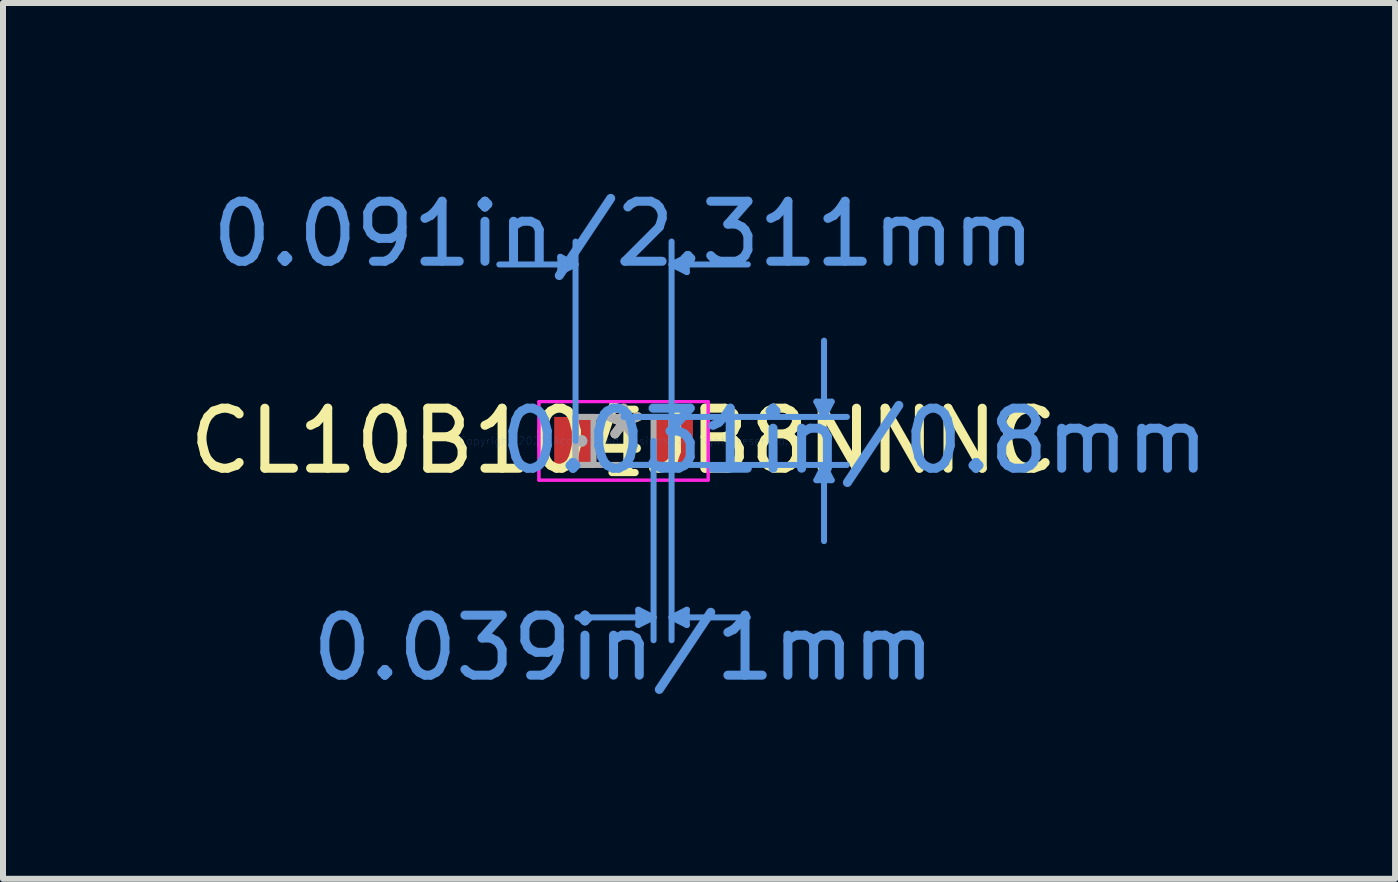
<source format=kicad_pcb>
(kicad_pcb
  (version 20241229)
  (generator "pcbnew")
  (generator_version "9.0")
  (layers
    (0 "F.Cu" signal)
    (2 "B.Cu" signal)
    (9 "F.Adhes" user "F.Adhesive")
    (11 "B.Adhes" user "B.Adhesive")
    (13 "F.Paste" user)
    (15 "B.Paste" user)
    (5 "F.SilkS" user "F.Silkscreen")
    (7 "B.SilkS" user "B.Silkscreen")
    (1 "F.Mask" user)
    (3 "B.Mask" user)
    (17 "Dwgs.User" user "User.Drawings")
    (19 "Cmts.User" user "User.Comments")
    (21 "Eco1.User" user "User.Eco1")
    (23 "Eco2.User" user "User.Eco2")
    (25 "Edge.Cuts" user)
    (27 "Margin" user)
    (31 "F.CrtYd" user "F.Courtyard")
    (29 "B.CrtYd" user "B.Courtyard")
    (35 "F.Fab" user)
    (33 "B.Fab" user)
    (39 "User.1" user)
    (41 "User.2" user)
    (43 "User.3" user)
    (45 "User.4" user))
  (footprint "CL10B104JB8NNNC"
    (layer "F.Cu")
    (at 7.339 4.296)
    (property "Reference" "CL10B104JB8NNNC" (at 0 0 0) (layer "F.SilkS") (effects (font (size 1 1) (thickness 0.15))))
    (attr through_hole)
    (fp_line (start -0.192 0.527) (end 0.192 0.527) (stroke (width 0.12) (type solid)) (layer "F.SilkS"))
    (fp_line (start 0.192 -0.527) (end -0.192 -0.527) (stroke (width 0.12) (type solid)) (layer "F.SilkS"))
    (fp_line (start -1.054 -3.067) (end -1.054 -2.813) (stroke (width 0.1) (type solid)) (layer "Cmts.User"))
    (fp_line (start -0.8 -2.94) (end -2.07 -2.94) (stroke (width 0.1) (type solid)) (layer "Cmts.User"))
    (fp_line (start -0.8 -2.94) (end -1.054 -3.067) (stroke (width 0.1) (type solid)) (layer "Cmts.User"))
    (fp_line (start -0.8 -2.94) (end -1.054 -2.813) (stroke (width 0.1) (type solid)) (layer "Cmts.User"))
    (fp_line (start -0.8 0) (end -0.8 -3.321) (stroke (width 0.1) (type solid)) (layer "Cmts.User"))
    (fp_line (start 0 -0.4) (end 3.721 -0.4) (stroke (width 0.1) (type solid)) (layer "Cmts.User"))
    (fp_line (start 0 0.4) (end 3.721 0.4) (stroke (width 0.1) (type solid)) (layer "Cmts.User"))
    (fp_line (start 0.246 2.813) (end 0.246 3.067) (stroke (width 0.1) (type solid)) (layer "Cmts.User"))
    (fp_line (start 0.5 0) (end 0.5 3.321) (stroke (width 0.1) (type solid)) (layer "Cmts.User"))
    (fp_line (start 0.5 2.94) (end -0.77 2.94) (stroke (width 0.1) (type solid)) (layer "Cmts.User"))
    (fp_line (start 0.5 2.94) (end 0.246 2.813) (stroke (width 0.1) (type solid)) (layer "Cmts.User"))
    (fp_line (start 0.5 2.94) (end 0.246 3.067) (stroke (width 0.1) (type solid)) (layer "Cmts.User"))
    (fp_line (start 0.8 -2.94) (end 1.054 -3.067) (stroke (width 0.1) (type solid)) (layer "Cmts.User"))
    (fp_line (start 0.8 -2.94) (end 1.054 -2.813) (stroke (width 0.1) (type solid)) (layer "Cmts.User"))
    (fp_line (start 0.8 -2.94) (end 2.07 -2.94) (stroke (width 0.1) (type solid)) (layer "Cmts.User"))
    (fp_line (start 0.8 0) (end 0.8 -3.321) (stroke (width 0.1) (type solid)) (layer "Cmts.User"))
    (fp_line (start 0.8 0) (end 0.8 3.321) (stroke (width 0.1) (type solid)) (layer "Cmts.User"))
    (fp_line (start 0.8 2.94) (end 1.054 2.813) (stroke (width 0.1) (type solid)) (layer "Cmts.User"))
    (fp_line (start 0.8 2.94) (end 1.054 3.067) (stroke (width 0.1) (type solid)) (layer "Cmts.User"))
    (fp_line (start 0.8 2.94) (end 2.07 2.94) (stroke (width 0.1) (type solid)) (layer "Cmts.User"))
    (fp_line (start 1.054 -3.067) (end 1.054 -2.813) (stroke (width 0.1) (type solid)) (layer "Cmts.User"))
    (fp_line (start 1.054 2.813) (end 1.054 3.067) (stroke (width 0.1) (type solid)) (layer "Cmts.User"))
    (fp_line (start 3.213 -0.654) (end 3.467 -0.654) (stroke (width 0.1) (type solid)) (layer "Cmts.User"))
    (fp_line (start 3.213 0.654) (end 3.467 0.654) (stroke (width 0.1) (type solid)) (layer "Cmts.User"))
    (fp_line (start 3.34 -0.4) (end 3.213 -0.654) (stroke (width 0.1) (type solid)) (layer "Cmts.User"))
    (fp_line (start 3.34 -0.4) (end 3.34 -1.67) (stroke (width 0.1) (type solid)) (layer "Cmts.User"))
    (fp_line (start 3.34 -0.4) (end 3.467 -0.654) (stroke (width 0.1) (type solid)) (layer "Cmts.User"))
    (fp_line (start 3.34 0.4) (end 3.213 0.654) (stroke (width 0.1) (type solid)) (layer "Cmts.User"))
    (fp_line (start 3.34 0.4) (end 3.34 1.67) (stroke (width 0.1) (type solid)) (layer "Cmts.User"))
    (fp_line (start 3.34 0.4) (end 3.467 0.654) (stroke (width 0.1) (type solid)) (layer "Cmts.User"))
    (fp_line (start -1.41 -0.654) (end 1.41 -0.654) (stroke (width 0.05) (type solid)) (layer "F.CrtYd"))
    (fp_line (start -1.41 -0.654) (end 1.41 -0.654) (stroke (width 0.05) (type solid)) (layer "F.CrtYd"))
    (fp_line (start -1.41 0.654) (end -1.41 -0.654) (stroke (width 0.05) (type solid)) (layer "F.CrtYd"))
    (fp_line (start -1.41 0.654) (end -1.41 -0.654) (stroke (width 0.05) (type solid)) (layer "F.CrtYd"))
    (fp_line (start 1.41 -0.654) (end 1.41 0.654) (stroke (width 0.05) (type solid)) (layer "F.CrtYd"))
    (fp_line (start 1.41 -0.654) (end 1.41 0.654) (stroke (width 0.05) (type solid)) (layer "F.CrtYd"))
    (fp_line (start 1.41 0.654) (end -1.41 0.654) (stroke (width 0.05) (type solid)) (layer "F.CrtYd"))
    (fp_line (start 1.41 0.654) (end -1.41 0.654) (stroke (width 0.05) (type solid)) (layer "F.CrtYd"))
    (fp_line (start -0.8 -0.4) (end -0.8 0.4) (stroke (width 0.1) (type solid)) (layer "F.Fab"))
    (fp_line (start -0.8 -0.4) (end -0.8 0.4) (stroke (width 0.1) (type solid)) (layer "F.Fab"))
    (fp_line (start -0.8 0.4) (end -0.5 0.4) (stroke (width 0.1) (type solid)) (layer "F.Fab"))
    (fp_line (start -0.8 0.4) (end 0.8 0.4) (stroke (width 0.1) (type solid)) (layer "F.Fab"))
    (fp_line (start -0.5 -0.4) (end -0.8 -0.4) (stroke (width 0.1) (type solid)) (layer "F.Fab"))
    (fp_line (start -0.5 0.4) (end -0.5 -0.4) (stroke (width 0.1) (type solid)) (layer "F.Fab"))
    (fp_line (start 0.5 -0.4) (end 0.5 0.4) (stroke (width 0.1) (type solid)) (layer "F.Fab"))
    (fp_line (start 0.5 0.4) (end 0.8 0.4) (stroke (width 0.1) (type solid)) (layer "F.Fab"))
    (fp_line (start 0.8 -0.4) (end -0.8 -0.4) (stroke (width 0.1) (type solid)) (layer "F.Fab"))
    (fp_line (start 0.8 -0.4) (end 0.5 -0.4) (stroke (width 0.1) (type solid)) (layer "F.Fab"))
    (fp_line (start 0.8 0.4) (end 0.8 -0.4) (stroke (width 0.1) (type solid)) (layer "F.Fab"))
    (fp_line (start 0.8 0.4) (end 0.8 -0.4) (stroke (width 0.1) (type solid)) (layer "F.Fab"))
    (fp_circle (center -0.701 0) (end -0.701 0) (stroke (width 0.1) (type solid)) (fill no) (layer "F.Fab"))
    (fp_text user "*" (at 0 0 0) (layer "F.SilkS") (effects (font (size 1 1) (thickness 0.15))))
    (fp_text user "0.039in/1mm" (at 0 3.448 0) (layer "Cmts.User") (effects (font (size 1 1) (thickness 0.15))))
    (fp_text user "Copyright 2021 Accelerated Designs. All rights reserved." (at 0 0 0) (layer "Cmts.User") (effects (font (size 0.127 0.127) (thickness 0.002))))
    (fp_text user "0.031in/0.8mm" (at 3.848 0 0) (layer "Cmts.User") (effects (font (size 1 1) (thickness 0.15))))
    (fp_text user "0.091in/2.311mm" (at 0 -3.448 0) (layer "Cmts.User") (effects (font (size 1 1) (thickness 0.15))))
    (fp_text user "*" (at 0 0 0) (layer "F.Fab") (effects (font (size 1 1) (thickness 0.15))))
    (pad "1" smd rect (at -0.828 0) (size 0.656 0.8) (layers "F.Cu" "F.Mask" "F.Paste"))
    (pad "2" smd rect (at 0.828 0) (size 0.656 0.8) (layers "F.Cu" "F.Mask" "F.Paste")))
  (gr_rect
    (start -3 -3)
    (end 20.193 11.592)
    (stroke (width 0.1) (type default))
    (fill no)
    (layer "Edge.Cuts")))
</source>
